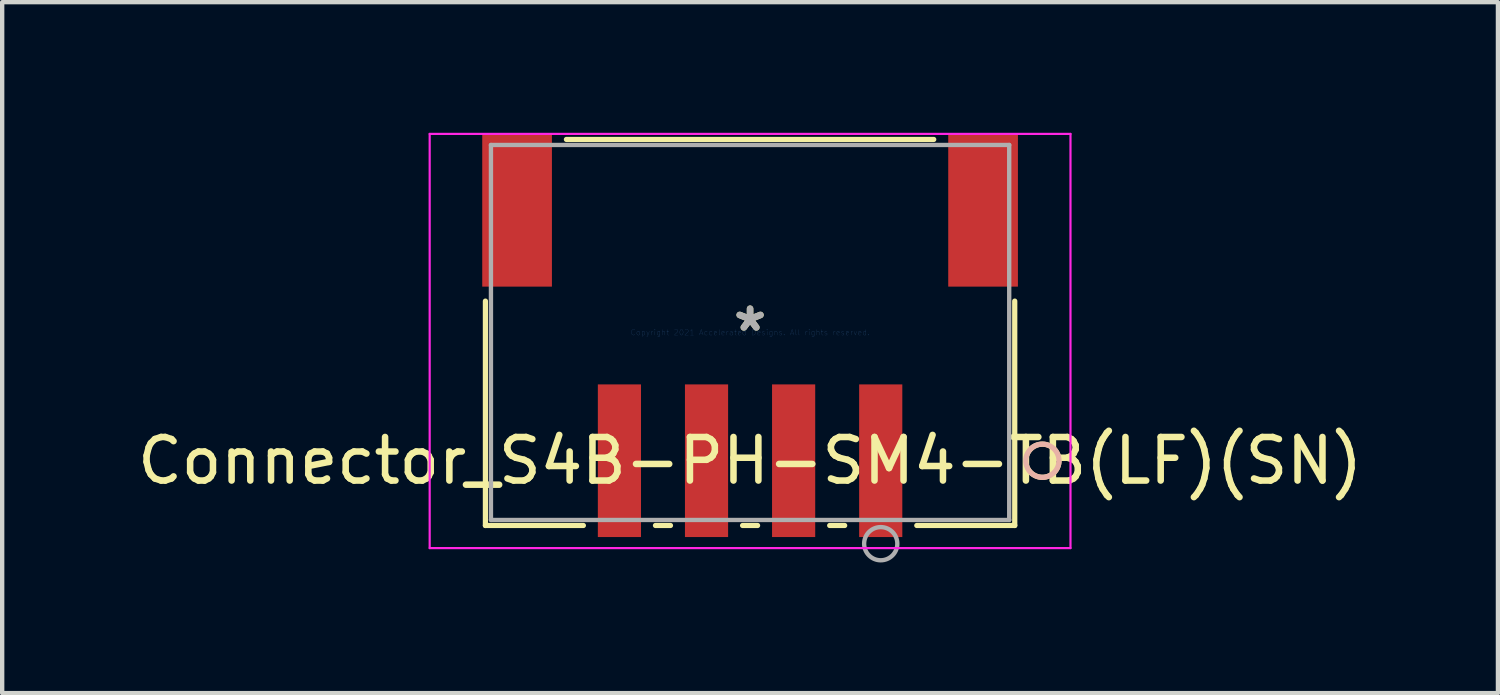
<source format=kicad_pcb>
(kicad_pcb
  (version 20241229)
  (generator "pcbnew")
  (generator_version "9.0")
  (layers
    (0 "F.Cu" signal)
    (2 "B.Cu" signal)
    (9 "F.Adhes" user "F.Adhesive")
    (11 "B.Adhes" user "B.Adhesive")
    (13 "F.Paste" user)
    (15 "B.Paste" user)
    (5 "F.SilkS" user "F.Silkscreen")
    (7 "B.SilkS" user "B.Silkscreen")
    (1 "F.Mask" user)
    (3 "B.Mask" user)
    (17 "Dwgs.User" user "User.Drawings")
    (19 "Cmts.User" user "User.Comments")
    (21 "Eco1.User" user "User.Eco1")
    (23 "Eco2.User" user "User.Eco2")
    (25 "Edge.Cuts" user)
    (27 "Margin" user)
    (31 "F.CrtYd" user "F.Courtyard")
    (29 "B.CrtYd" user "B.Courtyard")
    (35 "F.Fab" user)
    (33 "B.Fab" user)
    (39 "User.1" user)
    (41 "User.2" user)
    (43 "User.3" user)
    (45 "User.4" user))
  (footprint "Connector_S4B-PH-SM4-TB(LF)(SN)"
    (layer "F.Cu")
    (at 14.173 4.584)
    (property "Reference" "Connector_S4B-PH-SM4-TB(LF)(SN)" (at 0.000001 2.945 0) (layer "F.SilkS") (effects (font (size 1 1) (thickness 0.15))))
    (attr through_hole)
    (fp_line (start -6.077 -0.72) (end -6.077 4.432) (stroke (width 0.12) (type solid)) (layer "F.SilkS"))
    (fp_line (start -6.077 4.432) (end -3.828 4.432) (stroke (width 0.12) (type solid)) (layer "F.SilkS"))
    (fp_line (start -2.172 4.432) (end -1.828 4.432) (stroke (width 0.12) (type solid)) (layer "F.SilkS"))
    (fp_line (start -0.172 4.432) (end 0.172 4.432) (stroke (width 0.12) (type solid)) (layer "F.SilkS"))
    (fp_line (start 1.828 4.432) (end 2.172 4.432) (stroke (width 0.12) (type solid)) (layer "F.SilkS"))
    (fp_line (start 3.828 4.432) (end 6.077 4.432) (stroke (width 0.12) (type solid)) (layer "F.SilkS"))
    (fp_line (start 4.217 -4.432) (end -4.217 -4.432) (stroke (width 0.12) (type solid)) (layer "F.SilkS"))
    (fp_line (start 6.077 4.432) (end 6.077 -0.72) (stroke (width 0.12) (type solid)) (layer "F.SilkS"))
    (fp_circle (center 6.712 2.945) (end 7.093 2.945) (stroke (width 0.12) (type solid)) (fill no) (layer "F.SilkS"))
    (fp_circle (center 6.712 2.945) (end 7.093 2.945) (stroke (width 0.12) (type solid)) (fill no) (layer "B.SilkS"))
    (fp_line (start -7.357 -4.559) (end -7.357 4.951) (stroke (width 0.05) (type solid)) (layer "F.CrtYd"))
    (fp_line (start -7.357 4.951) (end 7.357 4.951) (stroke (width 0.05) (type solid)) (layer "F.CrtYd"))
    (fp_line (start 7.357 -4.559) (end -7.357 -4.559) (stroke (width 0.05) (type solid)) (layer "F.CrtYd"))
    (fp_line (start 7.357 4.951) (end 7.357 -4.559) (stroke (width 0.05) (type solid)) (layer "F.CrtYd"))
    (fp_line (start -5.95 -4.305) (end -5.95 4.305) (stroke (width 0.1) (type solid)) (layer "F.Fab"))
    (fp_line (start -5.95 4.305) (end 5.95 4.305) (stroke (width 0.1) (type solid)) (layer "F.Fab"))
    (fp_line (start 5.95 -4.305) (end -5.95 -4.305) (stroke (width 0.1) (type solid)) (layer "F.Fab"))
    (fp_line (start 5.95 4.305) (end 5.95 -4.305) (stroke (width 0.1) (type solid)) (layer "F.Fab"))
    (fp_circle (center 3 4.85) (end 3.381 4.85) (stroke (width 0.1) (type solid)) (fill no) (layer "F.Fab"))
    (fp_text user "*" (at 0 0 0) (layer "F.SilkS") (effects (font (size 1 1) (thickness 0.15))))
    (fp_text user "Copyright 2021 Accelerated Designs. All rights reserved." (at 0 0 0) (layer "Cmts.User") (effects (font (size 0.127 0.127) (thickness 0.002))))
    (fp_text user "*" (at 0 0 0) (layer "F.Fab") (effects (font (size 1 1) (thickness 0.15))))
    (pad "1" smd rect (at 3 2.945) (size 0.991 3.505) (layers "F.Cu" "F.Mask" "F.Paste"))
    (pad "2" smd rect (at 1 2.945) (size 0.991 3.505) (layers "F.Cu" "F.Mask" "F.Paste"))
    (pad "3" smd rect (at -1 2.945) (size 0.991 3.505) (layers "F.Cu" "F.Mask" "F.Paste"))
    (pad "4" smd rect (at -3 2.945) (size 0.991 3.505) (layers "F.Cu" "F.Mask" "F.Paste"))
    (pad "5" smd rect (at -5.35 -2.805 90) (size 3.505 1.6) (layers "F.Cu" "F.Mask" "F.Paste"))
    (pad "6" smd rect (at 5.35 -2.805 90) (size 3.505 1.6) (layers "F.Cu" "F.Mask" "F.Paste")))
  (gr_rect
    (start -3 -3)
    (end 31.345 12.865)
    (stroke (width 0.1) (type default))
    (fill no)
    (layer "Edge.Cuts")))
</source>
